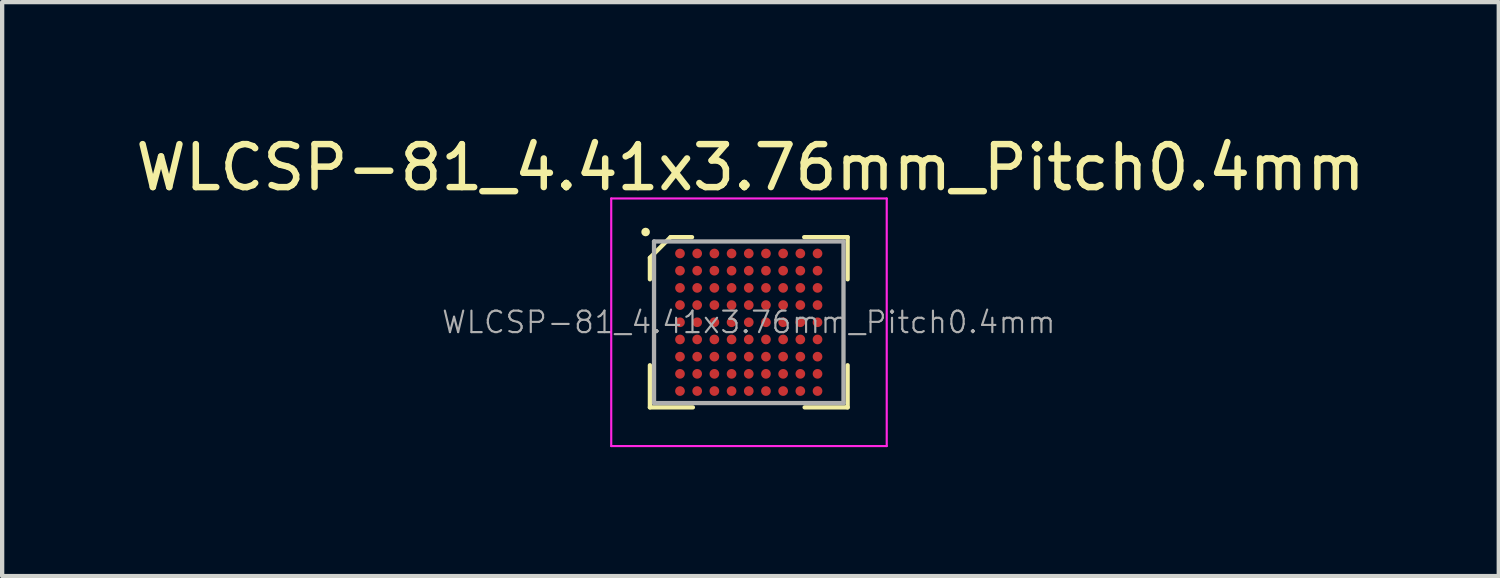
<source format=kicad_pcb>
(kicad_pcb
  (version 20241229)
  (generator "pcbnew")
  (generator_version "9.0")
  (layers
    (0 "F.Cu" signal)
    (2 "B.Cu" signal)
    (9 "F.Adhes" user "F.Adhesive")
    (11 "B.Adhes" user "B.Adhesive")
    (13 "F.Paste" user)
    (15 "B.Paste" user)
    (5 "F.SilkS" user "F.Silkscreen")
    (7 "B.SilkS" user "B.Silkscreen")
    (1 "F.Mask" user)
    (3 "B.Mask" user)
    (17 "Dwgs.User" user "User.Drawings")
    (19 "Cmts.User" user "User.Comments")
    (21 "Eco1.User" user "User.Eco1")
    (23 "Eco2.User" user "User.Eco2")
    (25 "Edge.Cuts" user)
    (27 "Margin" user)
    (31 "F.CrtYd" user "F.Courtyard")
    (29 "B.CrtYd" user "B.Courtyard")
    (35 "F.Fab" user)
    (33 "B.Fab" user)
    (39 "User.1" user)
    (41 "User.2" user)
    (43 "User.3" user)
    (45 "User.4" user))
  (footprint "WLCSP-81_4.41x3.76mm_Pitch0.4mm"
    (layer "F.Cu")
    (at 14.371 4.448)
    (property "Reference" "WLCSP-81_4.41x3.76mm_Pitch0.4mm" (at 0.04 -3.6 0) (layer "F.SilkS") (effects (font (size 1 1) (thickness 0.15))))
    (attr smd)
    (fp_line (start -2.3 -1.5) (end -2.3 -1) (stroke (width 0.1) (type solid)) (layer "F.SilkS"))
    (fp_line (start -2.3 1) (end -2.3 1.98) (stroke (width 0.1) (type solid)) (layer "F.SilkS"))
    (fp_line (start -2.3 1.98) (end -1.3 1.98) (stroke (width 0.1) (type solid)) (layer "F.SilkS"))
    (fp_line (start -1.82 -1.98) (end -2.3 -1.5) (stroke (width 0.1) (type solid)) (layer "F.SilkS"))
    (fp_line (start -1.32 -1.98) (end -1.82 -1.98) (stroke (width 0.1) (type solid)) (layer "F.SilkS"))
    (fp_line (start 1.29 -1.98) (end 2.3 -1.98) (stroke (width 0.1) (type solid)) (layer "F.SilkS"))
    (fp_line (start 2.3 -1.98) (end 2.3 -1) (stroke (width 0.1) (type solid)) (layer "F.SilkS"))
    (fp_line (start 2.3 1) (end 2.3 1.98) (stroke (width 0.1) (type solid)) (layer "F.SilkS"))
    (fp_line (start 2.3 1.98) (end 1.3 1.98) (stroke (width 0.1) (type solid)) (layer "F.SilkS"))
    (fp_circle (center -2.4 -2.1) (end -2.35 -2.1) (stroke (width 0.1) (type solid)) (fill no) (layer "F.SilkS"))
    (fp_line (start -3.2 -2.88) (end -3.2 2.88) (stroke (width 0.05) (type solid)) (layer "F.CrtYd"))
    (fp_line (start -3.2 -2.88) (end 3.21 -2.88) (stroke (width 0.05) (type solid)) (layer "F.CrtYd"))
    (fp_line (start -3.2 2.88) (end 3.21 2.88) (stroke (width 0.05) (type solid)) (layer "F.CrtYd"))
    (fp_line (start 3.21 2.88) (end 3.21 -2.88) (stroke (width 0.05) (type solid)) (layer "F.CrtYd"))
    (fp_line (start -2.204 -1.88) (end -2.204 1.88) (stroke (width 0.1) (type solid)) (layer "F.Fab"))
    (fp_line (start -2.204 -1.88) (end 2.204 -1.88) (stroke (width 0.1) (type solid)) (layer "F.Fab"))
    (fp_line (start -2.204 1.88) (end 2.204 1.88) (stroke (width 0.1) (type solid)) (layer "F.Fab"))
    (fp_line (start 2.204 -1.88) (end 2.204 1.88) (stroke (width 0.1) (type solid)) (layer "F.Fab"))
    (fp_text user "${REFERENCE}" (at 0 0 0) (layer "F.Fab") (effects (font (size 0.5 0.5) (thickness 0.05))))
    (pad "A1" smd circle (at -1.6 -1.6) (size 0.225 0.225) (layers "F.Cu" "F.Mask" "F.Paste"))
    (pad "A2" smd circle (at -1.2 -1.6) (size 0.225 0.225) (layers "F.Cu" "F.Mask" "F.Paste"))
    (pad "A3" smd circle (at -0.8 -1.6) (size 0.225 0.225) (layers "F.Cu" "F.Mask" "F.Paste"))
    (pad "A4" smd circle (at -0.4 -1.6) (size 0.225 0.225) (layers "F.Cu" "F.Mask" "F.Paste"))
    (pad "A5" smd circle (at 0 -1.6) (size 0.225 0.225) (layers "F.Cu" "F.Mask" "F.Paste"))
    (pad "A6" smd circle (at 0.4 -1.6) (size 0.225 0.225) (layers "F.Cu" "F.Mask" "F.Paste"))
    (pad "A7" smd circle (at 0.8 -1.6) (size 0.225 0.225) (layers "F.Cu" "F.Mask" "F.Paste"))
    (pad "A8" smd circle (at 1.2 -1.6) (size 0.225 0.225) (layers "F.Cu" "F.Mask" "F.Paste"))
    (pad "A9" smd circle (at 1.6 -1.6) (size 0.225 0.225) (layers "F.Cu" "F.Mask" "F.Paste"))
    (pad "B1" smd circle (at -1.6 -1.2) (size 0.225 0.225) (layers "F.Cu" "F.Mask" "F.Paste"))
    (pad "B2" smd circle (at -1.2 -1.2) (size 0.225 0.225) (layers "F.Cu" "F.Mask" "F.Paste"))
    (pad "B3" smd circle (at -0.8 -1.2) (size 0.225 0.225) (layers "F.Cu" "F.Mask" "F.Paste"))
    (pad "B4" smd circle (at -0.4 -1.2) (size 0.225 0.225) (layers "F.Cu" "F.Mask" "F.Paste"))
    (pad "B5" smd circle (at 0 -1.2) (size 0.225 0.225) (layers "F.Cu" "F.Mask" "F.Paste"))
    (pad "B6" smd circle (at 0.4 -1.2) (size 0.225 0.225) (layers "F.Cu" "F.Mask" "F.Paste"))
    (pad "B7" smd circle (at 0.8 -1.2) (size 0.225 0.225) (layers "F.Cu" "F.Mask" "F.Paste"))
    (pad "B8" smd circle (at 1.2 -1.2) (size 0.225 0.225) (layers "F.Cu" "F.Mask" "F.Paste"))
    (pad "B9" smd circle (at 1.6 -1.2) (size 0.225 0.225) (layers "F.Cu" "F.Mask" "F.Paste"))
    (pad "C1" smd circle (at -1.6 -0.8) (size 0.225 0.225) (layers "F.Cu" "F.Mask" "F.Paste"))
    (pad "C2" smd circle (at -1.2 -0.8) (size 0.225 0.225) (layers "F.Cu" "F.Mask" "F.Paste"))
    (pad "C3" smd circle (at -0.8 -0.8) (size 0.225 0.225) (layers "F.Cu" "F.Mask" "F.Paste"))
    (pad "C4" smd circle (at -0.4 -0.8) (size 0.225 0.225) (layers "F.Cu" "F.Mask" "F.Paste"))
    (pad "C5" smd circle (at 0 -0.8) (size 0.225 0.225) (layers "F.Cu" "F.Mask" "F.Paste"))
    (pad "C6" smd circle (at 0.4 -0.8) (size 0.225 0.225) (layers "F.Cu" "F.Mask" "F.Paste"))
    (pad "C7" smd circle (at 0.8 -0.8) (size 0.225 0.225) (layers "F.Cu" "F.Mask" "F.Paste"))
    (pad "C8" smd circle (at 1.2 -0.8) (size 0.225 0.225) (layers "F.Cu" "F.Mask" "F.Paste"))
    (pad "C9" smd circle (at 1.6 -0.8) (size 0.225 0.225) (layers "F.Cu" "F.Mask" "F.Paste"))
    (pad "D1" smd circle (at -1.6 -0.4) (size 0.225 0.225) (layers "F.Cu" "F.Mask" "F.Paste"))
    (pad "D2" smd circle (at -1.2 -0.4) (size 0.225 0.225) (layers "F.Cu" "F.Mask" "F.Paste"))
    (pad "D3" smd circle (at -0.8 -0.4) (size 0.225 0.225) (layers "F.Cu" "F.Mask" "F.Paste"))
    (pad "D4" smd circle (at -0.4 -0.4) (size 0.225 0.225) (layers "F.Cu" "F.Mask" "F.Paste"))
    (pad "D5" smd circle (at 0 -0.4) (size 0.225 0.225) (layers "F.Cu" "F.Mask" "F.Paste"))
    (pad "D6" smd circle (at 0.4 -0.4) (size 0.225 0.225) (layers "F.Cu" "F.Mask" "F.Paste"))
    (pad "D7" smd circle (at 0.8 -0.4) (size 0.225 0.225) (layers "F.Cu" "F.Mask" "F.Paste"))
    (pad "D8" smd circle (at 1.2 -0.4) (size 0.225 0.225) (layers "F.Cu" "F.Mask" "F.Paste"))
    (pad "D9" smd circle (at 1.6 -0.4) (size 0.225 0.225) (layers "F.Cu" "F.Mask" "F.Paste"))
    (pad "E1" smd circle (at -1.6 0) (size 0.225 0.225) (layers "F.Cu" "F.Mask" "F.Paste"))
    (pad "E2" smd circle (at -1.2 0) (size 0.225 0.225) (layers "F.Cu" "F.Mask" "F.Paste"))
    (pad "E3" smd circle (at -0.8 0) (size 0.225 0.225) (layers "F.Cu" "F.Mask" "F.Paste"))
    (pad "E4" smd circle (at -0.4 0) (size 0.225 0.225) (layers "F.Cu" "F.Mask" "F.Paste"))
    (pad "E5" smd circle (at 0 0) (size 0.225 0.225) (layers "F.Cu" "F.Mask" "F.Paste"))
    (pad "E6" smd circle (at 0.4 0) (size 0.225 0.225) (layers "F.Cu" "F.Mask" "F.Paste"))
    (pad "E7" smd circle (at 0.8 0) (size 0.225 0.225) (layers "F.Cu" "F.Mask" "F.Paste"))
    (pad "E8" smd circle (at 1.2 0) (size 0.225 0.225) (layers "F.Cu" "F.Mask" "F.Paste"))
    (pad "E9" smd circle (at 1.6 0) (size 0.225 0.225) (layers "F.Cu" "F.Mask" "F.Paste"))
    (pad "F1" smd circle (at -1.6 0.4) (size 0.225 0.225) (layers "F.Cu" "F.Mask" "F.Paste"))
    (pad "F2" smd circle (at -1.2 0.4) (size 0.225 0.225) (layers "F.Cu" "F.Mask" "F.Paste"))
    (pad "F3" smd circle (at -0.8 0.4) (size 0.225 0.225) (layers "F.Cu" "F.Mask" "F.Paste"))
    (pad "F4" smd circle (at -0.4 0.4) (size 0.225 0.225) (layers "F.Cu" "F.Mask" "F.Paste"))
    (pad "F5" smd circle (at 0 0.4) (size 0.225 0.225) (layers "F.Cu" "F.Mask" "F.Paste"))
    (pad "F6" smd circle (at 0.4 0.4) (size 0.225 0.225) (layers "F.Cu" "F.Mask" "F.Paste"))
    (pad "F7" smd circle (at 0.8 0.4) (size 0.225 0.225) (layers "F.Cu" "F.Mask" "F.Paste"))
    (pad "F8" smd circle (at 1.2 0.4) (size 0.225 0.225) (layers "F.Cu" "F.Mask" "F.Paste"))
    (pad "F9" smd circle (at 1.6 0.4) (size 0.225 0.225) (layers "F.Cu" "F.Mask" "F.Paste"))
    (pad "G1" smd circle (at -1.6 0.8) (size 0.225 0.225) (layers "F.Cu" "F.Mask" "F.Paste"))
    (pad "G2" smd circle (at -1.2 0.8) (size 0.225 0.225) (layers "F.Cu" "F.Mask" "F.Paste"))
    (pad "G3" smd circle (at -0.8 0.8) (size 0.225 0.225) (layers "F.Cu" "F.Mask" "F.Paste"))
    (pad "G4" smd circle (at -0.4 0.8) (size 0.225 0.225) (layers "F.Cu" "F.Mask" "F.Paste"))
    (pad "G5" smd circle (at 0 0.8) (size 0.225 0.225) (layers "F.Cu" "F.Mask" "F.Paste"))
    (pad "G6" smd circle (at 0.4 0.8) (size 0.225 0.225) (layers "F.Cu" "F.Mask" "F.Paste"))
    (pad "G7" smd circle (at 0.8 0.8) (size 0.225 0.225) (layers "F.Cu" "F.Mask" "F.Paste"))
    (pad "G8" smd circle (at 1.2 0.8) (size 0.225 0.225) (layers "F.Cu" "F.Mask" "F.Paste"))
    (pad "G9" smd circle (at 1.6 0.8) (size 0.225 0.225) (layers "F.Cu" "F.Mask" "F.Paste"))
    (pad "H1" smd circle (at -1.6 1.2) (size 0.225 0.225) (layers "F.Cu" "F.Mask" "F.Paste"))
    (pad "H2" smd circle (at -1.2 1.2) (size 0.225 0.225) (layers "F.Cu" "F.Mask" "F.Paste"))
    (pad "H3" smd circle (at -0.8 1.2) (size 0.225 0.225) (layers "F.Cu" "F.Mask" "F.Paste"))
    (pad "H4" smd circle (at -0.4 1.2) (size 0.225 0.225) (layers "F.Cu" "F.Mask" "F.Paste"))
    (pad "H5" smd circle (at 0 1.2) (size 0.225 0.225) (layers "F.Cu" "F.Mask" "F.Paste"))
    (pad "H6" smd circle (at 0.4 1.2) (size 0.225 0.225) (layers "F.Cu" "F.Mask" "F.Paste"))
    (pad "H7" smd circle (at 0.8 1.2) (size 0.225 0.225) (layers "F.Cu" "F.Mask" "F.Paste"))
    (pad "H8" smd circle (at 1.2 1.2) (size 0.225 0.225) (layers "F.Cu" "F.Mask" "F.Paste"))
    (pad "H9" smd circle (at 1.6 1.2) (size 0.225 0.225) (layers "F.Cu" "F.Mask" "F.Paste"))
    (pad "J1" smd circle (at -1.6 1.6) (size 0.225 0.225) (layers "F.Cu" "F.Mask" "F.Paste"))
    (pad "J2" smd circle (at -1.2 1.6) (size 0.225 0.225) (layers "F.Cu" "F.Mask" "F.Paste"))
    (pad "J3" smd circle (at -0.8 1.6) (size 0.225 0.225) (layers "F.Cu" "F.Mask" "F.Paste"))
    (pad "J4" smd circle (at -0.4 1.6) (size 0.225 0.225) (layers "F.Cu" "F.Mask" "F.Paste"))
    (pad "J5" smd circle (at 0 1.6) (size 0.225 0.225) (layers "F.Cu" "F.Mask" "F.Paste"))
    (pad "J6" smd circle (at 0.4 1.6) (size 0.225 0.225) (layers "F.Cu" "F.Mask" "F.Paste"))
    (pad "J7" smd circle (at 0.8 1.6) (size 0.225 0.225) (layers "F.Cu" "F.Mask" "F.Paste"))
    (pad "J8" smd circle (at 1.2 1.6) (size 0.225 0.225) (layers "F.Cu" "F.Mask" "F.Paste"))
    (pad "J9" smd circle (at 1.6 1.6) (size 0.225 0.225) (layers "F.Cu" "F.Mask" "F.Paste")))
  (gr_rect
    (start -3 -3)
    (end 31.821 10.353)
    (stroke (width 0.1) (type default))
    (fill no)
    (layer "Edge.Cuts")))
</source>
